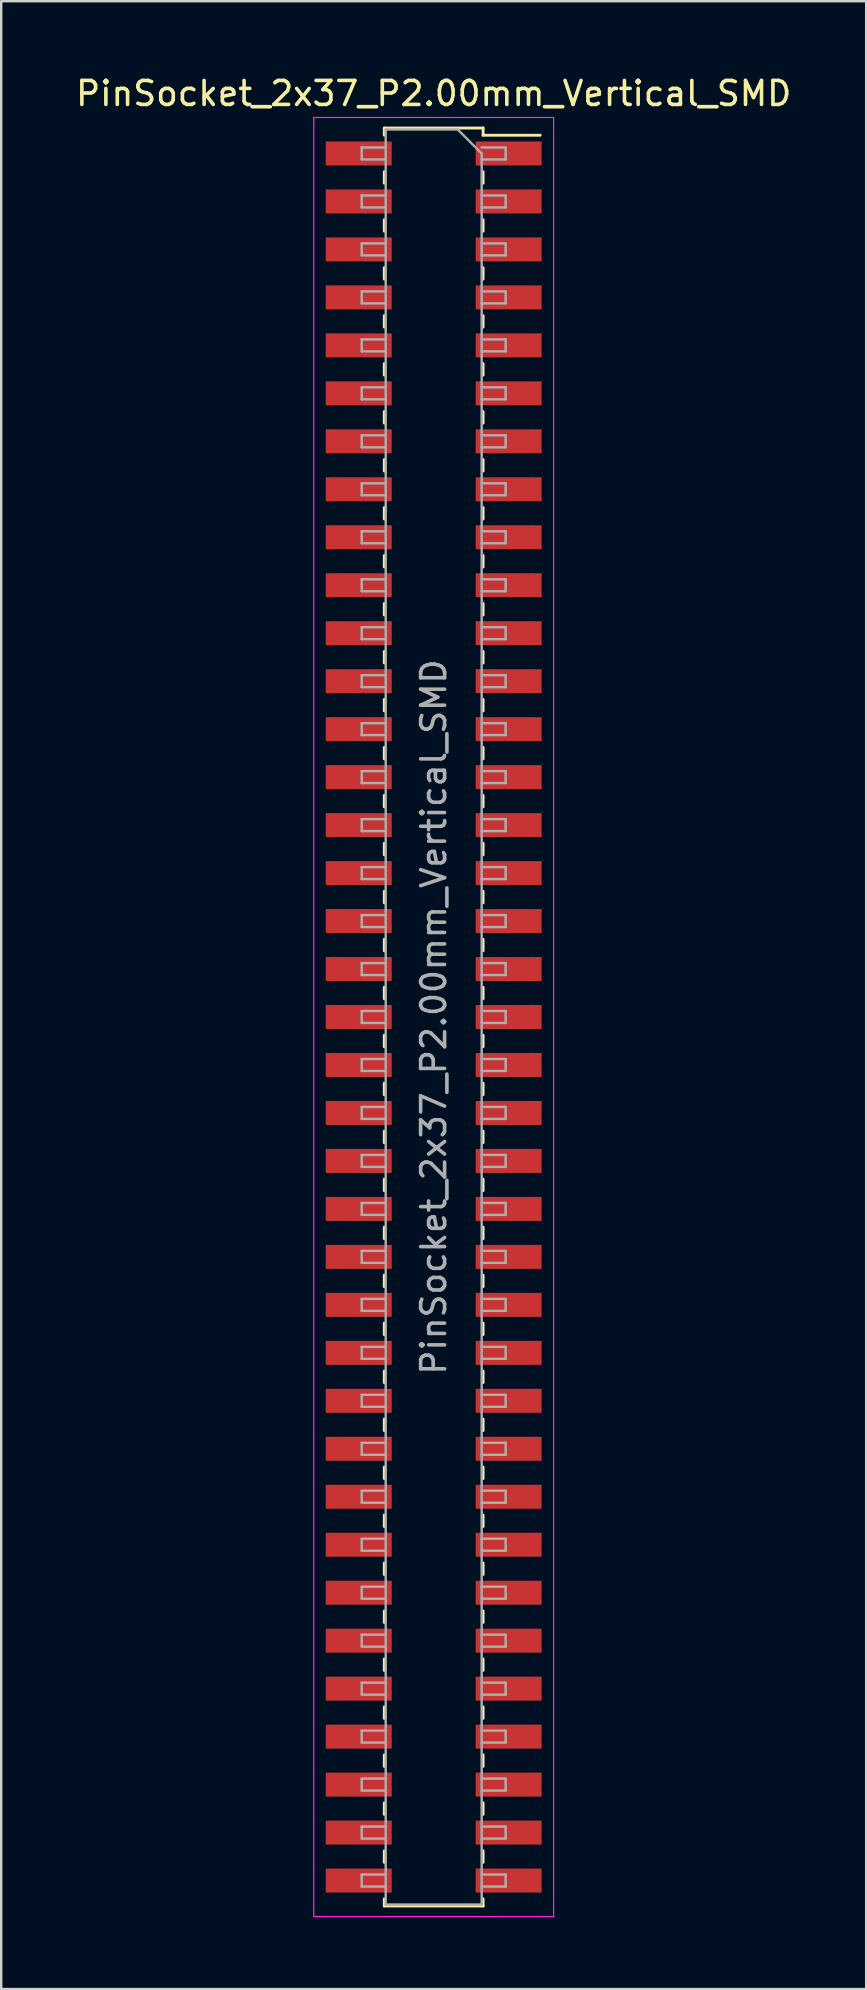
<source format=kicad_pcb>
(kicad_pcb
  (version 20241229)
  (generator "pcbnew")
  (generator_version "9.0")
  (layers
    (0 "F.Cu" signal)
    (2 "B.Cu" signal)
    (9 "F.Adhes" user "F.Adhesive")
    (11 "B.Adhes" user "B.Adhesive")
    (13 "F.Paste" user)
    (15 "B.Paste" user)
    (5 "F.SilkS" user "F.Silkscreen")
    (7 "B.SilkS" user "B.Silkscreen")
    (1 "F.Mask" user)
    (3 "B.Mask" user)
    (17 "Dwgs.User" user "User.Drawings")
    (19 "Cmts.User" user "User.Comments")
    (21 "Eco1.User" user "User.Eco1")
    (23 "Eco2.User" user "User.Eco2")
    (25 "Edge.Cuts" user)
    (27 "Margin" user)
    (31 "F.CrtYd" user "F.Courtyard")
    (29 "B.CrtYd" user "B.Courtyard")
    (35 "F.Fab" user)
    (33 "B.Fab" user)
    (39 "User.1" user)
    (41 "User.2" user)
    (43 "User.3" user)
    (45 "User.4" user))
  (footprint "PinSocket_2x37_P2.00mm_Vertical_SMD"
    (layer "F.Cu")
    (at 15.03 39.348)
    (property "Reference" "PinSocket_2x37_P2.00mm_Vertical_SMD" (at 0 -38.5 0) (layer "F.SilkS") (effects (font (size 1 1) (thickness 0.15))))
    (attr smd)
    (fp_line (start -2.06 -37.06) (end -2.06 -36.76) (stroke (width 0.12) (type solid)) (layer "F.SilkS"))
    (fp_line (start -2.06 -37.06) (end 2.06 -37.06) (stroke (width 0.12) (type solid)) (layer "F.SilkS"))
    (fp_line (start -2.06 -35.24) (end -2.06 -34.76) (stroke (width 0.12) (type solid)) (layer "F.SilkS"))
    (fp_line (start -2.06 -33.24) (end -2.06 -32.76) (stroke (width 0.12) (type solid)) (layer "F.SilkS"))
    (fp_line (start -2.06 -31.24) (end -2.06 -30.76) (stroke (width 0.12) (type solid)) (layer "F.SilkS"))
    (fp_line (start -2.06 -29.24) (end -2.06 -28.76) (stroke (width 0.12) (type solid)) (layer "F.SilkS"))
    (fp_line (start -2.06 -27.24) (end -2.06 -26.76) (stroke (width 0.12) (type solid)) (layer "F.SilkS"))
    (fp_line (start -2.06 -25.24) (end -2.06 -24.76) (stroke (width 0.12) (type solid)) (layer "F.SilkS"))
    (fp_line (start -2.06 -23.24) (end -2.06 -22.76) (stroke (width 0.12) (type solid)) (layer "F.SilkS"))
    (fp_line (start -2.06 -21.24) (end -2.06 -20.76) (stroke (width 0.12) (type solid)) (layer "F.SilkS"))
    (fp_line (start -2.06 -19.24) (end -2.06 -18.76) (stroke (width 0.12) (type solid)) (layer "F.SilkS"))
    (fp_line (start -2.06 -17.24) (end -2.06 -16.76) (stroke (width 0.12) (type solid)) (layer "F.SilkS"))
    (fp_line (start -2.06 -15.24) (end -2.06 -14.76) (stroke (width 0.12) (type solid)) (layer "F.SilkS"))
    (fp_line (start -2.06 -13.24) (end -2.06 -12.76) (stroke (width 0.12) (type solid)) (layer "F.SilkS"))
    (fp_line (start -2.06 -11.24) (end -2.06 -10.76) (stroke (width 0.12) (type solid)) (layer "F.SilkS"))
    (fp_line (start -2.06 -9.24) (end -2.06 -8.76) (stroke (width 0.12) (type solid)) (layer "F.SilkS"))
    (fp_line (start -2.06 -7.24) (end -2.06 -6.76) (stroke (width 0.12) (type solid)) (layer "F.SilkS"))
    (fp_line (start -2.06 -5.24) (end -2.06 -4.76) (stroke (width 0.12) (type solid)) (layer "F.SilkS"))
    (fp_line (start -2.06 -3.24) (end -2.06 -2.76) (stroke (width 0.12) (type solid)) (layer "F.SilkS"))
    (fp_line (start -2.06 -1.24) (end -2.06 -0.76) (stroke (width 0.12) (type solid)) (layer "F.SilkS"))
    (fp_line (start -2.06 0.76) (end -2.06 1.24) (stroke (width 0.12) (type solid)) (layer "F.SilkS"))
    (fp_line (start -2.06 2.76) (end -2.06 3.24) (stroke (width 0.12) (type solid)) (layer "F.SilkS"))
    (fp_line (start -2.06 4.76) (end -2.06 5.24) (stroke (width 0.12) (type solid)) (layer "F.SilkS"))
    (fp_line (start -2.06 6.76) (end -2.06 7.24) (stroke (width 0.12) (type solid)) (layer "F.SilkS"))
    (fp_line (start -2.06 8.76) (end -2.06 9.24) (stroke (width 0.12) (type solid)) (layer "F.SilkS"))
    (fp_line (start -2.06 10.76) (end -2.06 11.24) (stroke (width 0.12) (type solid)) (layer "F.SilkS"))
    (fp_line (start -2.06 12.76) (end -2.06 13.24) (stroke (width 0.12) (type solid)) (layer "F.SilkS"))
    (fp_line (start -2.06 14.76) (end -2.06 15.24) (stroke (width 0.12) (type solid)) (layer "F.SilkS"))
    (fp_line (start -2.06 16.76) (end -2.06 17.24) (stroke (width 0.12) (type solid)) (layer "F.SilkS"))
    (fp_line (start -2.06 18.76) (end -2.06 19.24) (stroke (width 0.12) (type solid)) (layer "F.SilkS"))
    (fp_line (start -2.06 20.76) (end -2.06 21.24) (stroke (width 0.12) (type solid)) (layer "F.SilkS"))
    (fp_line (start -2.06 22.76) (end -2.06 23.24) (stroke (width 0.12) (type solid)) (layer "F.SilkS"))
    (fp_line (start -2.06 24.76) (end -2.06 25.24) (stroke (width 0.12) (type solid)) (layer "F.SilkS"))
    (fp_line (start -2.06 26.76) (end -2.06 27.24) (stroke (width 0.12) (type solid)) (layer "F.SilkS"))
    (fp_line (start -2.06 28.76) (end -2.06 29.24) (stroke (width 0.12) (type solid)) (layer "F.SilkS"))
    (fp_line (start -2.06 30.76) (end -2.06 31.24) (stroke (width 0.12) (type solid)) (layer "F.SilkS"))
    (fp_line (start -2.06 32.76) (end -2.06 33.24) (stroke (width 0.12) (type solid)) (layer "F.SilkS"))
    (fp_line (start -2.06 34.76) (end -2.06 35.24) (stroke (width 0.12) (type solid)) (layer "F.SilkS"))
    (fp_line (start -2.06 36.76) (end -2.06 37.06) (stroke (width 0.12) (type solid)) (layer "F.SilkS"))
    (fp_line (start -2.06 37.06) (end 2.06 37.06) (stroke (width 0.12) (type solid)) (layer "F.SilkS"))
    (fp_line (start 2.06 -37.06) (end 2.06 -36.76) (stroke (width 0.12) (type solid)) (layer "F.SilkS"))
    (fp_line (start 2.06 -36.76) (end 4.44 -36.76) (stroke (width 0.12) (type solid)) (layer "F.SilkS"))
    (fp_line (start 2.06 -35.24) (end 2.06 -34.76) (stroke (width 0.12) (type solid)) (layer "F.SilkS"))
    (fp_line (start 2.06 -33.24) (end 2.06 -32.76) (stroke (width 0.12) (type solid)) (layer "F.SilkS"))
    (fp_line (start 2.06 -31.24) (end 2.06 -30.76) (stroke (width 0.12) (type solid)) (layer "F.SilkS"))
    (fp_line (start 2.06 -29.24) (end 2.06 -28.76) (stroke (width 0.12) (type solid)) (layer "F.SilkS"))
    (fp_line (start 2.06 -27.24) (end 2.06 -26.76) (stroke (width 0.12) (type solid)) (layer "F.SilkS"))
    (fp_line (start 2.06 -25.24) (end 2.06 -24.76) (stroke (width 0.12) (type solid)) (layer "F.SilkS"))
    (fp_line (start 2.06 -23.24) (end 2.06 -22.76) (stroke (width 0.12) (type solid)) (layer "F.SilkS"))
    (fp_line (start 2.06 -21.24) (end 2.06 -20.76) (stroke (width 0.12) (type solid)) (layer "F.SilkS"))
    (fp_line (start 2.06 -19.24) (end 2.06 -18.76) (stroke (width 0.12) (type solid)) (layer "F.SilkS"))
    (fp_line (start 2.06 -17.24) (end 2.06 -16.76) (stroke (width 0.12) (type solid)) (layer "F.SilkS"))
    (fp_line (start 2.06 -15.24) (end 2.06 -14.76) (stroke (width 0.12) (type solid)) (layer "F.SilkS"))
    (fp_line (start 2.06 -13.24) (end 2.06 -12.76) (stroke (width 0.12) (type solid)) (layer "F.SilkS"))
    (fp_line (start 2.06 -11.24) (end 2.06 -10.76) (stroke (width 0.12) (type solid)) (layer "F.SilkS"))
    (fp_line (start 2.06 -9.24) (end 2.06 -8.76) (stroke (width 0.12) (type solid)) (layer "F.SilkS"))
    (fp_line (start 2.06 -7.24) (end 2.06 -6.76) (stroke (width 0.12) (type solid)) (layer "F.SilkS"))
    (fp_line (start 2.06 -5.24) (end 2.06 -4.76) (stroke (width 0.12) (type solid)) (layer "F.SilkS"))
    (fp_line (start 2.06 -3.24) (end 2.06 -2.76) (stroke (width 0.12) (type solid)) (layer "F.SilkS"))
    (fp_line (start 2.06 -1.24) (end 2.06 -0.76) (stroke (width 0.12) (type solid)) (layer "F.SilkS"))
    (fp_line (start 2.06 0.76) (end 2.06 1.24) (stroke (width 0.12) (type solid)) (layer "F.SilkS"))
    (fp_line (start 2.06 2.76) (end 2.06 3.24) (stroke (width 0.12) (type solid)) (layer "F.SilkS"))
    (fp_line (start 2.06 4.76) (end 2.06 5.24) (stroke (width 0.12) (type solid)) (layer "F.SilkS"))
    (fp_line (start 2.06 6.76) (end 2.06 7.24) (stroke (width 0.12) (type solid)) (layer "F.SilkS"))
    (fp_line (start 2.06 8.76) (end 2.06 9.24) (stroke (width 0.12) (type solid)) (layer "F.SilkS"))
    (fp_line (start 2.06 10.76) (end 2.06 11.24) (stroke (width 0.12) (type solid)) (layer "F.SilkS"))
    (fp_line (start 2.06 12.76) (end 2.06 13.24) (stroke (width 0.12) (type solid)) (layer "F.SilkS"))
    (fp_line (start 2.06 14.76) (end 2.06 15.24) (stroke (width 0.12) (type solid)) (layer "F.SilkS"))
    (fp_line (start 2.06 16.76) (end 2.06 17.24) (stroke (width 0.12) (type solid)) (layer "F.SilkS"))
    (fp_line (start 2.06 18.76) (end 2.06 19.24) (stroke (width 0.12) (type solid)) (layer "F.SilkS"))
    (fp_line (start 2.06 20.76) (end 2.06 21.24) (stroke (width 0.12) (type solid)) (layer "F.SilkS"))
    (fp_line (start 2.06 22.76) (end 2.06 23.24) (stroke (width 0.12) (type solid)) (layer "F.SilkS"))
    (fp_line (start 2.06 24.76) (end 2.06 25.24) (stroke (width 0.12) (type solid)) (layer "F.SilkS"))
    (fp_line (start 2.06 26.76) (end 2.06 27.24) (stroke (width 0.12) (type solid)) (layer "F.SilkS"))
    (fp_line (start 2.06 28.76) (end 2.06 29.24) (stroke (width 0.12) (type solid)) (layer "F.SilkS"))
    (fp_line (start 2.06 30.76) (end 2.06 31.24) (stroke (width 0.12) (type solid)) (layer "F.SilkS"))
    (fp_line (start 2.06 32.76) (end 2.06 33.24) (stroke (width 0.12) (type solid)) (layer "F.SilkS"))
    (fp_line (start 2.06 34.76) (end 2.06 35.24) (stroke (width 0.12) (type solid)) (layer "F.SilkS"))
    (fp_line (start 2.06 36.76) (end 2.06 37.06) (stroke (width 0.12) (type solid)) (layer "F.SilkS"))
    (fp_line (start -5 -37.5) (end 5 -37.5) (stroke (width 0.05) (type solid)) (layer "F.CrtYd"))
    (fp_line (start -5 37.5) (end -5 -37.5) (stroke (width 0.05) (type solid)) (layer "F.CrtYd"))
    (fp_line (start 5 -37.5) (end 5 37.5) (stroke (width 0.05) (type solid)) (layer "F.CrtYd"))
    (fp_line (start 5 37.5) (end -5 37.5) (stroke (width 0.05) (type solid)) (layer "F.CrtYd"))
    (fp_line (start -3 -36.25) (end -2 -36.25) (stroke (width 0.1) (type solid)) (layer "F.Fab"))
    (fp_line (start -3 -35.75) (end -3 -36.25) (stroke (width 0.1) (type solid)) (layer "F.Fab"))
    (fp_line (start -3 -34.25) (end -2 -34.25) (stroke (width 0.1) (type solid)) (layer "F.Fab"))
    (fp_line (start -3 -33.75) (end -3 -34.25) (stroke (width 0.1) (type solid)) (layer "F.Fab"))
    (fp_line (start -3 -32.25) (end -2 -32.25) (stroke (width 0.1) (type solid)) (layer "F.Fab"))
    (fp_line (start -3 -31.75) (end -3 -32.25) (stroke (width 0.1) (type solid)) (layer "F.Fab"))
    (fp_line (start -3 -30.25) (end -2 -30.25) (stroke (width 0.1) (type solid)) (layer "F.Fab"))
    (fp_line (start -3 -29.75) (end -3 -30.25) (stroke (width 0.1) (type solid)) (layer "F.Fab"))
    (fp_line (start -3 -28.25) (end -2 -28.25) (stroke (width 0.1) (type solid)) (layer "F.Fab"))
    (fp_line (start -3 -27.75) (end -3 -28.25) (stroke (width 0.1) (type solid)) (layer "F.Fab"))
    (fp_line (start -3 -26.25) (end -2 -26.25) (stroke (width 0.1) (type solid)) (layer "F.Fab"))
    (fp_line (start -3 -25.75) (end -3 -26.25) (stroke (width 0.1) (type solid)) (layer "F.Fab"))
    (fp_line (start -3 -24.25) (end -2 -24.25) (stroke (width 0.1) (type solid)) (layer "F.Fab"))
    (fp_line (start -3 -23.75) (end -3 -24.25) (stroke (width 0.1) (type solid)) (layer "F.Fab"))
    (fp_line (start -3 -22.25) (end -2 -22.25) (stroke (width 0.1) (type solid)) (layer "F.Fab"))
    (fp_line (start -3 -21.75) (end -3 -22.25) (stroke (width 0.1) (type solid)) (layer "F.Fab"))
    (fp_line (start -3 -20.25) (end -2 -20.25) (stroke (width 0.1) (type solid)) (layer "F.Fab"))
    (fp_line (start -3 -19.75) (end -3 -20.25) (stroke (width 0.1) (type solid)) (layer "F.Fab"))
    (fp_line (start -3 -18.25) (end -2 -18.25) (stroke (width 0.1) (type solid)) (layer "F.Fab"))
    (fp_line (start -3 -17.75) (end -3 -18.25) (stroke (width 0.1) (type solid)) (layer "F.Fab"))
    (fp_line (start -3 -16.25) (end -2 -16.25) (stroke (width 0.1) (type solid)) (layer "F.Fab"))
    (fp_line (start -3 -15.75) (end -3 -16.25) (stroke (width 0.1) (type solid)) (layer "F.Fab"))
    (fp_line (start -3 -14.25) (end -2 -14.25) (stroke (width 0.1) (type solid)) (layer "F.Fab"))
    (fp_line (start -3 -13.75) (end -3 -14.25) (stroke (width 0.1) (type solid)) (layer "F.Fab"))
    (fp_line (start -3 -12.25) (end -2 -12.25) (stroke (width 0.1) (type solid)) (layer "F.Fab"))
    (fp_line (start -3 -11.75) (end -3 -12.25) (stroke (width 0.1) (type solid)) (layer "F.Fab"))
    (fp_line (start -3 -10.25) (end -2 -10.25) (stroke (width 0.1) (type solid)) (layer "F.Fab"))
    (fp_line (start -3 -9.75) (end -3 -10.25) (stroke (width 0.1) (type solid)) (layer "F.Fab"))
    (fp_line (start -3 -8.25) (end -2 -8.25) (stroke (width 0.1) (type solid)) (layer "F.Fab"))
    (fp_line (start -3 -7.75) (end -3 -8.25) (stroke (width 0.1) (type solid)) (layer "F.Fab"))
    (fp_line (start -3 -6.25) (end -2 -6.25) (stroke (width 0.1) (type solid)) (layer "F.Fab"))
    (fp_line (start -3 -5.75) (end -3 -6.25) (stroke (width 0.1) (type solid)) (layer "F.Fab"))
    (fp_line (start -3 -4.25) (end -2 -4.25) (stroke (width 0.1) (type solid)) (layer "F.Fab"))
    (fp_line (start -3 -3.75) (end -3 -4.25) (stroke (width 0.1) (type solid)) (layer "F.Fab"))
    (fp_line (start -3 -2.25) (end -2 -2.25) (stroke (width 0.1) (type solid)) (layer "F.Fab"))
    (fp_line (start -3 -1.75) (end -3 -2.25) (stroke (width 0.1) (type solid)) (layer "F.Fab"))
    (fp_line (start -3 -0.25) (end -2 -0.25) (stroke (width 0.1) (type solid)) (layer "F.Fab"))
    (fp_line (start -3 0.25) (end -3 -0.25) (stroke (width 0.1) (type solid)) (layer "F.Fab"))
    (fp_line (start -3 1.75) (end -2 1.75) (stroke (width 0.1) (type solid)) (layer "F.Fab"))
    (fp_line (start -3 2.25) (end -3 1.75) (stroke (width 0.1) (type solid)) (layer "F.Fab"))
    (fp_line (start -3 3.75) (end -2 3.75) (stroke (width 0.1) (type solid)) (layer "F.Fab"))
    (fp_line (start -3 4.25) (end -3 3.75) (stroke (width 0.1) (type solid)) (layer "F.Fab"))
    (fp_line (start -3 5.75) (end -2 5.75) (stroke (width 0.1) (type solid)) (layer "F.Fab"))
    (fp_line (start -3 6.25) (end -3 5.75) (stroke (width 0.1) (type solid)) (layer "F.Fab"))
    (fp_line (start -3 7.75) (end -2 7.75) (stroke (width 0.1) (type solid)) (layer "F.Fab"))
    (fp_line (start -3 8.25) (end -3 7.75) (stroke (width 0.1) (type solid)) (layer "F.Fab"))
    (fp_line (start -3 9.75) (end -2 9.75) (stroke (width 0.1) (type solid)) (layer "F.Fab"))
    (fp_line (start -3 10.25) (end -3 9.75) (stroke (width 0.1) (type solid)) (layer "F.Fab"))
    (fp_line (start -3 11.75) (end -2 11.75) (stroke (width 0.1) (type solid)) (layer "F.Fab"))
    (fp_line (start -3 12.25) (end -3 11.75) (stroke (width 0.1) (type solid)) (layer "F.Fab"))
    (fp_line (start -3 13.75) (end -2 13.75) (stroke (width 0.1) (type solid)) (layer "F.Fab"))
    (fp_line (start -3 14.25) (end -3 13.75) (stroke (width 0.1) (type solid)) (layer "F.Fab"))
    (fp_line (start -3 15.75) (end -2 15.75) (stroke (width 0.1) (type solid)) (layer "F.Fab"))
    (fp_line (start -3 16.25) (end -3 15.75) (stroke (width 0.1) (type solid)) (layer "F.Fab"))
    (fp_line (start -3 17.75) (end -2 17.75) (stroke (width 0.1) (type solid)) (layer "F.Fab"))
    (fp_line (start -3 18.25) (end -3 17.75) (stroke (width 0.1) (type solid)) (layer "F.Fab"))
    (fp_line (start -3 19.75) (end -2 19.75) (stroke (width 0.1) (type solid)) (layer "F.Fab"))
    (fp_line (start -3 20.25) (end -3 19.75) (stroke (width 0.1) (type solid)) (layer "F.Fab"))
    (fp_line (start -3 21.75) (end -2 21.75) (stroke (width 0.1) (type solid)) (layer "F.Fab"))
    (fp_line (start -3 22.25) (end -3 21.75) (stroke (width 0.1) (type solid)) (layer "F.Fab"))
    (fp_line (start -3 23.75) (end -2 23.75) (stroke (width 0.1) (type solid)) (layer "F.Fab"))
    (fp_line (start -3 24.25) (end -3 23.75) (stroke (width 0.1) (type solid)) (layer "F.Fab"))
    (fp_line (start -3 25.75) (end -2 25.75) (stroke (width 0.1) (type solid)) (layer "F.Fab"))
    (fp_line (start -3 26.25) (end -3 25.75) (stroke (width 0.1) (type solid)) (layer "F.Fab"))
    (fp_line (start -3 27.75) (end -2 27.75) (stroke (width 0.1) (type solid)) (layer "F.Fab"))
    (fp_line (start -3 28.25) (end -3 27.75) (stroke (width 0.1) (type solid)) (layer "F.Fab"))
    (fp_line (start -3 29.75) (end -2 29.75) (stroke (width 0.1) (type solid)) (layer "F.Fab"))
    (fp_line (start -3 30.25) (end -3 29.75) (stroke (width 0.1) (type solid)) (layer "F.Fab"))
    (fp_line (start -3 31.75) (end -2 31.75) (stroke (width 0.1) (type solid)) (layer "F.Fab"))
    (fp_line (start -3 32.25) (end -3 31.75) (stroke (width 0.1) (type solid)) (layer "F.Fab"))
    (fp_line (start -3 33.75) (end -2 33.75) (stroke (width 0.1) (type solid)) (layer "F.Fab"))
    (fp_line (start -3 34.25) (end -3 33.75) (stroke (width 0.1) (type solid)) (layer "F.Fab"))
    (fp_line (start -3 35.75) (end -2 35.75) (stroke (width 0.1) (type solid)) (layer "F.Fab"))
    (fp_line (start -3 36.25) (end -3 35.75) (stroke (width 0.1) (type solid)) (layer "F.Fab"))
    (fp_line (start -2 -37) (end 1 -37) (stroke (width 0.1) (type solid)) (layer "F.Fab"))
    (fp_line (start -2 -35.75) (end -3 -35.75) (stroke (width 0.1) (type solid)) (layer "F.Fab"))
    (fp_line (start -2 -33.75) (end -3 -33.75) (stroke (width 0.1) (type solid)) (layer "F.Fab"))
    (fp_line (start -2 -31.75) (end -3 -31.75) (stroke (width 0.1) (type solid)) (layer "F.Fab"))
    (fp_line (start -2 -29.75) (end -3 -29.75) (stroke (width 0.1) (type solid)) (layer "F.Fab"))
    (fp_line (start -2 -27.75) (end -3 -27.75) (stroke (width 0.1) (type solid)) (layer "F.Fab"))
    (fp_line (start -2 -25.75) (end -3 -25.75) (stroke (width 0.1) (type solid)) (layer "F.Fab"))
    (fp_line (start -2 -23.75) (end -3 -23.75) (stroke (width 0.1) (type solid)) (layer "F.Fab"))
    (fp_line (start -2 -21.75) (end -3 -21.75) (stroke (width 0.1) (type solid)) (layer "F.Fab"))
    (fp_line (start -2 -19.75) (end -3 -19.75) (stroke (width 0.1) (type solid)) (layer "F.Fab"))
    (fp_line (start -2 -17.75) (end -3 -17.75) (stroke (width 0.1) (type solid)) (layer "F.Fab"))
    (fp_line (start -2 -15.75) (end -3 -15.75) (stroke (width 0.1) (type solid)) (layer "F.Fab"))
    (fp_line (start -2 -13.75) (end -3 -13.75) (stroke (width 0.1) (type solid)) (layer "F.Fab"))
    (fp_line (start -2 -11.75) (end -3 -11.75) (stroke (width 0.1) (type solid)) (layer "F.Fab"))
    (fp_line (start -2 -9.75) (end -3 -9.75) (stroke (width 0.1) (type solid)) (layer "F.Fab"))
    (fp_line (start -2 -7.75) (end -3 -7.75) (stroke (width 0.1) (type solid)) (layer "F.Fab"))
    (fp_line (start -2 -5.75) (end -3 -5.75) (stroke (width 0.1) (type solid)) (layer "F.Fab"))
    (fp_line (start -2 -3.75) (end -3 -3.75) (stroke (width 0.1) (type solid)) (layer "F.Fab"))
    (fp_line (start -2 -1.75) (end -3 -1.75) (stroke (width 0.1) (type solid)) (layer "F.Fab"))
    (fp_line (start -2 0.25) (end -3 0.25) (stroke (width 0.1) (type solid)) (layer "F.Fab"))
    (fp_line (start -2 2.25) (end -3 2.25) (stroke (width 0.1) (type solid)) (layer "F.Fab"))
    (fp_line (start -2 4.25) (end -3 4.25) (stroke (width 0.1) (type solid)) (layer "F.Fab"))
    (fp_line (start -2 6.25) (end -3 6.25) (stroke (width 0.1) (type solid)) (layer "F.Fab"))
    (fp_line (start -2 8.25) (end -3 8.25) (stroke (width 0.1) (type solid)) (layer "F.Fab"))
    (fp_line (start -2 10.25) (end -3 10.25) (stroke (width 0.1) (type solid)) (layer "F.Fab"))
    (fp_line (start -2 12.25) (end -3 12.25) (stroke (width 0.1) (type solid)) (layer "F.Fab"))
    (fp_line (start -2 14.25) (end -3 14.25) (stroke (width 0.1) (type solid)) (layer "F.Fab"))
    (fp_line (start -2 16.25) (end -3 16.25) (stroke (width 0.1) (type solid)) (layer "F.Fab"))
    (fp_line (start -2 18.25) (end -3 18.25) (stroke (width 0.1) (type solid)) (layer "F.Fab"))
    (fp_line (start -2 20.25) (end -3 20.25) (stroke (width 0.1) (type solid)) (layer "F.Fab"))
    (fp_line (start -2 22.25) (end -3 22.25) (stroke (width 0.1) (type solid)) (layer "F.Fab"))
    (fp_line (start -2 24.25) (end -3 24.25) (stroke (width 0.1) (type solid)) (layer "F.Fab"))
    (fp_line (start -2 26.25) (end -3 26.25) (stroke (width 0.1) (type solid)) (layer "F.Fab"))
    (fp_line (start -2 28.25) (end -3 28.25) (stroke (width 0.1) (type solid)) (layer "F.Fab"))
    (fp_line (start -2 30.25) (end -3 30.25) (stroke (width 0.1) (type solid)) (layer "F.Fab"))
    (fp_line (start -2 32.25) (end -3 32.25) (stroke (width 0.1) (type solid)) (layer "F.Fab"))
    (fp_line (start -2 34.25) (end -3 34.25) (stroke (width 0.1) (type solid)) (layer "F.Fab"))
    (fp_line (start -2 36.25) (end -3 36.25) (stroke (width 0.1) (type solid)) (layer "F.Fab"))
    (fp_line (start -2 37) (end -2 -37) (stroke (width 0.1) (type solid)) (layer "F.Fab"))
    (fp_line (start 1 -37) (end 2 -36) (stroke (width 0.1) (type solid)) (layer "F.Fab"))
    (fp_line (start 2 -36.25) (end 3 -36.25) (stroke (width 0.1) (type solid)) (layer "F.Fab"))
    (fp_line (start 2 -36) (end 2 37) (stroke (width 0.1) (type solid)) (layer "F.Fab"))
    (fp_line (start 2 -34.25) (end 3 -34.25) (stroke (width 0.1) (type solid)) (layer "F.Fab"))
    (fp_line (start 2 -32.25) (end 3 -32.25) (stroke (width 0.1) (type solid)) (layer "F.Fab"))
    (fp_line (start 2 -30.25) (end 3 -30.25) (stroke (width 0.1) (type solid)) (layer "F.Fab"))
    (fp_line (start 2 -28.25) (end 3 -28.25) (stroke (width 0.1) (type solid)) (layer "F.Fab"))
    (fp_line (start 2 -26.25) (end 3 -26.25) (stroke (width 0.1) (type solid)) (layer "F.Fab"))
    (fp_line (start 2 -24.25) (end 3 -24.25) (stroke (width 0.1) (type solid)) (layer "F.Fab"))
    (fp_line (start 2 -22.25) (end 3 -22.25) (stroke (width 0.1) (type solid)) (layer "F.Fab"))
    (fp_line (start 2 -20.25) (end 3 -20.25) (stroke (width 0.1) (type solid)) (layer "F.Fab"))
    (fp_line (start 2 -18.25) (end 3 -18.25) (stroke (width 0.1) (type solid)) (layer "F.Fab"))
    (fp_line (start 2 -16.25) (end 3 -16.25) (stroke (width 0.1) (type solid)) (layer "F.Fab"))
    (fp_line (start 2 -14.25) (end 3 -14.25) (stroke (width 0.1) (type solid)) (layer "F.Fab"))
    (fp_line (start 2 -12.25) (end 3 -12.25) (stroke (width 0.1) (type solid)) (layer "F.Fab"))
    (fp_line (start 2 -10.25) (end 3 -10.25) (stroke (width 0.1) (type solid)) (layer "F.Fab"))
    (fp_line (start 2 -8.25) (end 3 -8.25) (stroke (width 0.1) (type solid)) (layer "F.Fab"))
    (fp_line (start 2 -6.25) (end 3 -6.25) (stroke (width 0.1) (type solid)) (layer "F.Fab"))
    (fp_line (start 2 -4.25) (end 3 -4.25) (stroke (width 0.1) (type solid)) (layer "F.Fab"))
    (fp_line (start 2 -2.25) (end 3 -2.25) (stroke (width 0.1) (type solid)) (layer "F.Fab"))
    (fp_line (start 2 -0.25) (end 3 -0.25) (stroke (width 0.1) (type solid)) (layer "F.Fab"))
    (fp_line (start 2 1.75) (end 3 1.75) (stroke (width 0.1) (type solid)) (layer "F.Fab"))
    (fp_line (start 2 3.75) (end 3 3.75) (stroke (width 0.1) (type solid)) (layer "F.Fab"))
    (fp_line (start 2 5.75) (end 3 5.75) (stroke (width 0.1) (type solid)) (layer "F.Fab"))
    (fp_line (start 2 7.75) (end 3 7.75) (stroke (width 0.1) (type solid)) (layer "F.Fab"))
    (fp_line (start 2 9.75) (end 3 9.75) (stroke (width 0.1) (type solid)) (layer "F.Fab"))
    (fp_line (start 2 11.75) (end 3 11.75) (stroke (width 0.1) (type solid)) (layer "F.Fab"))
    (fp_line (start 2 13.75) (end 3 13.75) (stroke (width 0.1) (type solid)) (layer "F.Fab"))
    (fp_line (start 2 15.75) (end 3 15.75) (stroke (width 0.1) (type solid)) (layer "F.Fab"))
    (fp_line (start 2 17.75) (end 3 17.75) (stroke (width 0.1) (type solid)) (layer "F.Fab"))
    (fp_line (start 2 19.75) (end 3 19.75) (stroke (width 0.1) (type solid)) (layer "F.Fab"))
    (fp_line (start 2 21.75) (end 3 21.75) (stroke (width 0.1) (type solid)) (layer "F.Fab"))
    (fp_line (start 2 23.75) (end 3 23.75) (stroke (width 0.1) (type solid)) (layer "F.Fab"))
    (fp_line (start 2 25.75) (end 3 25.75) (stroke (width 0.1) (type solid)) (layer "F.Fab"))
    (fp_line (start 2 27.75) (end 3 27.75) (stroke (width 0.1) (type solid)) (layer "F.Fab"))
    (fp_line (start 2 29.75) (end 3 29.75) (stroke (width 0.1) (type solid)) (layer "F.Fab"))
    (fp_line (start 2 31.75) (end 3 31.75) (stroke (width 0.1) (type solid)) (layer "F.Fab"))
    (fp_line (start 2 33.75) (end 3 33.75) (stroke (width 0.1) (type solid)) (layer "F.Fab"))
    (fp_line (start 2 35.75) (end 3 35.75) (stroke (width 0.1) (type solid)) (layer "F.Fab"))
    (fp_line (start 2 37) (end -2 37) (stroke (width 0.1) (type solid)) (layer "F.Fab"))
    (fp_line (start 3 -36.25) (end 3 -35.75) (stroke (width 0.1) (type solid)) (layer "F.Fab"))
    (fp_line (start 3 -35.75) (end 2 -35.75) (stroke (width 0.1) (type solid)) (layer "F.Fab"))
    (fp_line (start 3 -34.25) (end 3 -33.75) (stroke (width 0.1) (type solid)) (layer "F.Fab"))
    (fp_line (start 3 -33.75) (end 2 -33.75) (stroke (width 0.1) (type solid)) (layer "F.Fab"))
    (fp_line (start 3 -32.25) (end 3 -31.75) (stroke (width 0.1) (type solid)) (layer "F.Fab"))
    (fp_line (start 3 -31.75) (end 2 -31.75) (stroke (width 0.1) (type solid)) (layer "F.Fab"))
    (fp_line (start 3 -30.25) (end 3 -29.75) (stroke (width 0.1) (type solid)) (layer "F.Fab"))
    (fp_line (start 3 -29.75) (end 2 -29.75) (stroke (width 0.1) (type solid)) (layer "F.Fab"))
    (fp_line (start 3 -28.25) (end 3 -27.75) (stroke (width 0.1) (type solid)) (layer "F.Fab"))
    (fp_line (start 3 -27.75) (end 2 -27.75) (stroke (width 0.1) (type solid)) (layer "F.Fab"))
    (fp_line (start 3 -26.25) (end 3 -25.75) (stroke (width 0.1) (type solid)) (layer "F.Fab"))
    (fp_line (start 3 -25.75) (end 2 -25.75) (stroke (width 0.1) (type solid)) (layer "F.Fab"))
    (fp_line (start 3 -24.25) (end 3 -23.75) (stroke (width 0.1) (type solid)) (layer "F.Fab"))
    (fp_line (start 3 -23.75) (end 2 -23.75) (stroke (width 0.1) (type solid)) (layer "F.Fab"))
    (fp_line (start 3 -22.25) (end 3 -21.75) (stroke (width 0.1) (type solid)) (layer "F.Fab"))
    (fp_line (start 3 -21.75) (end 2 -21.75) (stroke (width 0.1) (type solid)) (layer "F.Fab"))
    (fp_line (start 3 -20.25) (end 3 -19.75) (stroke (width 0.1) (type solid)) (layer "F.Fab"))
    (fp_line (start 3 -19.75) (end 2 -19.75) (stroke (width 0.1) (type solid)) (layer "F.Fab"))
    (fp_line (start 3 -18.25) (end 3 -17.75) (stroke (width 0.1) (type solid)) (layer "F.Fab"))
    (fp_line (start 3 -17.75) (end 2 -17.75) (stroke (width 0.1) (type solid)) (layer "F.Fab"))
    (fp_line (start 3 -16.25) (end 3 -15.75) (stroke (width 0.1) (type solid)) (layer "F.Fab"))
    (fp_line (start 3 -15.75) (end 2 -15.75) (stroke (width 0.1) (type solid)) (layer "F.Fab"))
    (fp_line (start 3 -14.25) (end 3 -13.75) (stroke (width 0.1) (type solid)) (layer "F.Fab"))
    (fp_line (start 3 -13.75) (end 2 -13.75) (stroke (width 0.1) (type solid)) (layer "F.Fab"))
    (fp_line (start 3 -12.25) (end 3 -11.75) (stroke (width 0.1) (type solid)) (layer "F.Fab"))
    (fp_line (start 3 -11.75) (end 2 -11.75) (stroke (width 0.1) (type solid)) (layer "F.Fab"))
    (fp_line (start 3 -10.25) (end 3 -9.75) (stroke (width 0.1) (type solid)) (layer "F.Fab"))
    (fp_line (start 3 -9.75) (end 2 -9.75) (stroke (width 0.1) (type solid)) (layer "F.Fab"))
    (fp_line (start 3 -8.25) (end 3 -7.75) (stroke (width 0.1) (type solid)) (layer "F.Fab"))
    (fp_line (start 3 -7.75) (end 2 -7.75) (stroke (width 0.1) (type solid)) (layer "F.Fab"))
    (fp_line (start 3 -6.25) (end 3 -5.75) (stroke (width 0.1) (type solid)) (layer "F.Fab"))
    (fp_line (start 3 -5.75) (end 2 -5.75) (stroke (width 0.1) (type solid)) (layer "F.Fab"))
    (fp_line (start 3 -4.25) (end 3 -3.75) (stroke (width 0.1) (type solid)) (layer "F.Fab"))
    (fp_line (start 3 -3.75) (end 2 -3.75) (stroke (width 0.1) (type solid)) (layer "F.Fab"))
    (fp_line (start 3 -2.25) (end 3 -1.75) (stroke (width 0.1) (type solid)) (layer "F.Fab"))
    (fp_line (start 3 -1.75) (end 2 -1.75) (stroke (width 0.1) (type solid)) (layer "F.Fab"))
    (fp_line (start 3 -0.25) (end 3 0.25) (stroke (width 0.1) (type solid)) (layer "F.Fab"))
    (fp_line (start 3 0.25) (end 2 0.25) (stroke (width 0.1) (type solid)) (layer "F.Fab"))
    (fp_line (start 3 1.75) (end 3 2.25) (stroke (width 0.1) (type solid)) (layer "F.Fab"))
    (fp_line (start 3 2.25) (end 2 2.25) (stroke (width 0.1) (type solid)) (layer "F.Fab"))
    (fp_line (start 3 3.75) (end 3 4.25) (stroke (width 0.1) (type solid)) (layer "F.Fab"))
    (fp_line (start 3 4.25) (end 2 4.25) (stroke (width 0.1) (type solid)) (layer "F.Fab"))
    (fp_line (start 3 5.75) (end 3 6.25) (stroke (width 0.1) (type solid)) (layer "F.Fab"))
    (fp_line (start 3 6.25) (end 2 6.25) (stroke (width 0.1) (type solid)) (layer "F.Fab"))
    (fp_line (start 3 7.75) (end 3 8.25) (stroke (width 0.1) (type solid)) (layer "F.Fab"))
    (fp_line (start 3 8.25) (end 2 8.25) (stroke (width 0.1) (type solid)) (layer "F.Fab"))
    (fp_line (start 3 9.75) (end 3 10.25) (stroke (width 0.1) (type solid)) (layer "F.Fab"))
    (fp_line (start 3 10.25) (end 2 10.25) (stroke (width 0.1) (type solid)) (layer "F.Fab"))
    (fp_line (start 3 11.75) (end 3 12.25) (stroke (width 0.1) (type solid)) (layer "F.Fab"))
    (fp_line (start 3 12.25) (end 2 12.25) (stroke (width 0.1) (type solid)) (layer "F.Fab"))
    (fp_line (start 3 13.75) (end 3 14.25) (stroke (width 0.1) (type solid)) (layer "F.Fab"))
    (fp_line (start 3 14.25) (end 2 14.25) (stroke (width 0.1) (type solid)) (layer "F.Fab"))
    (fp_line (start 3 15.75) (end 3 16.25) (stroke (width 0.1) (type solid)) (layer "F.Fab"))
    (fp_line (start 3 16.25) (end 2 16.25) (stroke (width 0.1) (type solid)) (layer "F.Fab"))
    (fp_line (start 3 17.75) (end 3 18.25) (stroke (width 0.1) (type solid)) (layer "F.Fab"))
    (fp_line (start 3 18.25) (end 2 18.25) (stroke (width 0.1) (type solid)) (layer "F.Fab"))
    (fp_line (start 3 19.75) (end 3 20.25) (stroke (width 0.1) (type solid)) (layer "F.Fab"))
    (fp_line (start 3 20.25) (end 2 20.25) (stroke (width 0.1) (type solid)) (layer "F.Fab"))
    (fp_line (start 3 21.75) (end 3 22.25) (stroke (width 0.1) (type solid)) (layer "F.Fab"))
    (fp_line (start 3 22.25) (end 2 22.25) (stroke (width 0.1) (type solid)) (layer "F.Fab"))
    (fp_line (start 3 23.75) (end 3 24.25) (stroke (width 0.1) (type solid)) (layer "F.Fab"))
    (fp_line (start 3 24.25) (end 2 24.25) (stroke (width 0.1) (type solid)) (layer "F.Fab"))
    (fp_line (start 3 25.75) (end 3 26.25) (stroke (width 0.1) (type solid)) (layer "F.Fab"))
    (fp_line (start 3 26.25) (end 2 26.25) (stroke (width 0.1) (type solid)) (layer "F.Fab"))
    (fp_line (start 3 27.75) (end 3 28.25) (stroke (width 0.1) (type solid)) (layer "F.Fab"))
    (fp_line (start 3 28.25) (end 2 28.25) (stroke (width 0.1) (type solid)) (layer "F.Fab"))
    (fp_line (start 3 29.75) (end 3 30.25) (stroke (width 0.1) (type solid)) (layer "F.Fab"))
    (fp_line (start 3 30.25) (end 2 30.25) (stroke (width 0.1) (type solid)) (layer "F.Fab"))
    (fp_line (start 3 31.75) (end 3 32.25) (stroke (width 0.1) (type solid)) (layer "F.Fab"))
    (fp_line (start 3 32.25) (end 2 32.25) (stroke (width 0.1) (type solid)) (layer "F.Fab"))
    (fp_line (start 3 33.75) (end 3 34.25) (stroke (width 0.1) (type solid)) (layer "F.Fab"))
    (fp_line (start 3 34.25) (end 2 34.25) (stroke (width 0.1) (type solid)) (layer "F.Fab"))
    (fp_line (start 3 35.75) (end 3 36.25) (stroke (width 0.1) (type solid)) (layer "F.Fab"))
    (fp_line (start 3 36.25) (end 2 36.25) (stroke (width 0.1) (type solid)) (layer "F.Fab"))
    (fp_text user "${REFERENCE}" (at 0 0 90) (layer "F.Fab") (effects (font (size 1 1) (thickness 0.15))))
    (pad "1" smd rect (at 3.125 -36) (size 2.75 1) (layers "F.Cu" "F.Mask" "F.Paste"))
    (pad "2" smd rect (at -3.125 -36) (size 2.75 1) (layers "F.Cu" "F.Mask" "F.Paste"))
    (pad "3" smd rect (at 3.125 -34) (size 2.75 1) (layers "F.Cu" "F.Mask" "F.Paste"))
    (pad "4" smd rect (at -3.125 -34) (size 2.75 1) (layers "F.Cu" "F.Mask" "F.Paste"))
    (pad "5" smd rect (at 3.125 -32) (size 2.75 1) (layers "F.Cu" "F.Mask" "F.Paste"))
    (pad "6" smd rect (at -3.125 -32) (size 2.75 1) (layers "F.Cu" "F.Mask" "F.Paste"))
    (pad "7" smd rect (at 3.125 -30) (size 2.75 1) (layers "F.Cu" "F.Mask" "F.Paste"))
    (pad "8" smd rect (at -3.125 -30) (size 2.75 1) (layers "F.Cu" "F.Mask" "F.Paste"))
    (pad "9" smd rect (at 3.125 -28) (size 2.75 1) (layers "F.Cu" "F.Mask" "F.Paste"))
    (pad "10" smd rect (at -3.125 -28) (size 2.75 1) (layers "F.Cu" "F.Mask" "F.Paste"))
    (pad "11" smd rect (at 3.125 -26) (size 2.75 1) (layers "F.Cu" "F.Mask" "F.Paste"))
    (pad "12" smd rect (at -3.125 -26) (size 2.75 1) (layers "F.Cu" "F.Mask" "F.Paste"))
    (pad "13" smd rect (at 3.125 -24) (size 2.75 1) (layers "F.Cu" "F.Mask" "F.Paste"))
    (pad "14" smd rect (at -3.125 -24) (size 2.75 1) (layers "F.Cu" "F.Mask" "F.Paste"))
    (pad "15" smd rect (at 3.125 -22) (size 2.75 1) (layers "F.Cu" "F.Mask" "F.Paste"))
    (pad "16" smd rect (at -3.125 -22) (size 2.75 1) (layers "F.Cu" "F.Mask" "F.Paste"))
    (pad "17" smd rect (at 3.125 -20) (size 2.75 1) (layers "F.Cu" "F.Mask" "F.Paste"))
    (pad "18" smd rect (at -3.125 -20) (size 2.75 1) (layers "F.Cu" "F.Mask" "F.Paste"))
    (pad "19" smd rect (at 3.125 -18) (size 2.75 1) (layers "F.Cu" "F.Mask" "F.Paste"))
    (pad "20" smd rect (at -3.125 -18) (size 2.75 1) (layers "F.Cu" "F.Mask" "F.Paste"))
    (pad "21" smd rect (at 3.125 -16) (size 2.75 1) (layers "F.Cu" "F.Mask" "F.Paste"))
    (pad "22" smd rect (at -3.125 -16) (size 2.75 1) (layers "F.Cu" "F.Mask" "F.Paste"))
    (pad "23" smd rect (at 3.125 -14) (size 2.75 1) (layers "F.Cu" "F.Mask" "F.Paste"))
    (pad "24" smd rect (at -3.125 -14) (size 2.75 1) (layers "F.Cu" "F.Mask" "F.Paste"))
    (pad "25" smd rect (at 3.125 -12) (size 2.75 1) (layers "F.Cu" "F.Mask" "F.Paste"))
    (pad "26" smd rect (at -3.125 -12) (size 2.75 1) (layers "F.Cu" "F.Mask" "F.Paste"))
    (pad "27" smd rect (at 3.125 -10) (size 2.75 1) (layers "F.Cu" "F.Mask" "F.Paste"))
    (pad "28" smd rect (at -3.125 -10) (size 2.75 1) (layers "F.Cu" "F.Mask" "F.Paste"))
    (pad "29" smd rect (at 3.125 -8) (size 2.75 1) (layers "F.Cu" "F.Mask" "F.Paste"))
    (pad "30" smd rect (at -3.125 -8) (size 2.75 1) (layers "F.Cu" "F.Mask" "F.Paste"))
    (pad "31" smd rect (at 3.125 -6) (size 2.75 1) (layers "F.Cu" "F.Mask" "F.Paste"))
    (pad "32" smd rect (at -3.125 -6) (size 2.75 1) (layers "F.Cu" "F.Mask" "F.Paste"))
    (pad "33" smd rect (at 3.125 -4) (size 2.75 1) (layers "F.Cu" "F.Mask" "F.Paste"))
    (pad "34" smd rect (at -3.125 -4) (size 2.75 1) (layers "F.Cu" "F.Mask" "F.Paste"))
    (pad "35" smd rect (at 3.125 -2) (size 2.75 1) (layers "F.Cu" "F.Mask" "F.Paste"))
    (pad "36" smd rect (at -3.125 -2) (size 2.75 1) (layers "F.Cu" "F.Mask" "F.Paste"))
    (pad "37" smd rect (at 3.125 0) (size 2.75 1) (layers "F.Cu" "F.Mask" "F.Paste"))
    (pad "38" smd rect (at -3.125 0) (size 2.75 1) (layers "F.Cu" "F.Mask" "F.Paste"))
    (pad "39" smd rect (at 3.125 2) (size 2.75 1) (layers "F.Cu" "F.Mask" "F.Paste"))
    (pad "40" smd rect (at -3.125 2) (size 2.75 1) (layers "F.Cu" "F.Mask" "F.Paste"))
    (pad "41" smd rect (at 3.125 4) (size 2.75 1) (layers "F.Cu" "F.Mask" "F.Paste"))
    (pad "42" smd rect (at -3.125 4) (size 2.75 1) (layers "F.Cu" "F.Mask" "F.Paste"))
    (pad "43" smd rect (at 3.125 6) (size 2.75 1) (layers "F.Cu" "F.Mask" "F.Paste"))
    (pad "44" smd rect (at -3.125 6) (size 2.75 1) (layers "F.Cu" "F.Mask" "F.Paste"))
    (pad "45" smd rect (at 3.125 8) (size 2.75 1) (layers "F.Cu" "F.Mask" "F.Paste"))
    (pad "46" smd rect (at -3.125 8) (size 2.75 1) (layers "F.Cu" "F.Mask" "F.Paste"))
    (pad "47" smd rect (at 3.125 10) (size 2.75 1) (layers "F.Cu" "F.Mask" "F.Paste"))
    (pad "48" smd rect (at -3.125 10) (size 2.75 1) (layers "F.Cu" "F.Mask" "F.Paste"))
    (pad "49" smd rect (at 3.125 12) (size 2.75 1) (layers "F.Cu" "F.Mask" "F.Paste"))
    (pad "50" smd rect (at -3.125 12) (size 2.75 1) (layers "F.Cu" "F.Mask" "F.Paste"))
    (pad "51" smd rect (at 3.125 14) (size 2.75 1) (layers "F.Cu" "F.Mask" "F.Paste"))
    (pad "52" smd rect (at -3.125 14) (size 2.75 1) (layers "F.Cu" "F.Mask" "F.Paste"))
    (pad "53" smd rect (at 3.125 16) (size 2.75 1) (layers "F.Cu" "F.Mask" "F.Paste"))
    (pad "54" smd rect (at -3.125 16) (size 2.75 1) (layers "F.Cu" "F.Mask" "F.Paste"))
    (pad "55" smd rect (at 3.125 18) (size 2.75 1) (layers "F.Cu" "F.Mask" "F.Paste"))
    (pad "56" smd rect (at -3.125 18) (size 2.75 1) (layers "F.Cu" "F.Mask" "F.Paste"))
    (pad "57" smd rect (at 3.125 20) (size 2.75 1) (layers "F.Cu" "F.Mask" "F.Paste"))
    (pad "58" smd rect (at -3.125 20) (size 2.75 1) (layers "F.Cu" "F.Mask" "F.Paste"))
    (pad "59" smd rect (at 3.125 22) (size 2.75 1) (layers "F.Cu" "F.Mask" "F.Paste"))
    (pad "60" smd rect (at -3.125 22) (size 2.75 1) (layers "F.Cu" "F.Mask" "F.Paste"))
    (pad "61" smd rect (at 3.125 24) (size 2.75 1) (layers "F.Cu" "F.Mask" "F.Paste"))
    (pad "62" smd rect (at -3.125 24) (size 2.75 1) (layers "F.Cu" "F.Mask" "F.Paste"))
    (pad "63" smd rect (at 3.125 26) (size 2.75 1) (layers "F.Cu" "F.Mask" "F.Paste"))
    (pad "64" smd rect (at -3.125 26) (size 2.75 1) (layers "F.Cu" "F.Mask" "F.Paste"))
    (pad "65" smd rect (at 3.125 28) (size 2.75 1) (layers "F.Cu" "F.Mask" "F.Paste"))
    (pad "66" smd rect (at -3.125 28) (size 2.75 1) (layers "F.Cu" "F.Mask" "F.Paste"))
    (pad "67" smd rect (at 3.125 30) (size 2.75 1) (layers "F.Cu" "F.Mask" "F.Paste"))
    (pad "68" smd rect (at -3.125 30) (size 2.75 1) (layers "F.Cu" "F.Mask" "F.Paste"))
    (pad "69" smd rect (at 3.125 32) (size 2.75 1) (layers "F.Cu" "F.Mask" "F.Paste"))
    (pad "70" smd rect (at -3.125 32) (size 2.75 1) (layers "F.Cu" "F.Mask" "F.Paste"))
    (pad "71" smd rect (at 3.125 34) (size 2.75 1) (layers "F.Cu" "F.Mask" "F.Paste"))
    (pad "72" smd rect (at -3.125 34) (size 2.75 1) (layers "F.Cu" "F.Mask" "F.Paste"))
    (pad "73" smd rect (at 3.125 36) (size 2.75 1) (layers "F.Cu" "F.Mask" "F.Paste"))
    (pad "74" smd rect (at -3.125 36) (size 2.75 1) (layers "F.Cu" "F.Mask" "F.Paste")))
  (gr_rect
    (start -3 -3)
    (end 33.06 79.873)
    (stroke (width 0.1) (type default))
    (fill no)
    (layer "Edge.Cuts")))
</source>
